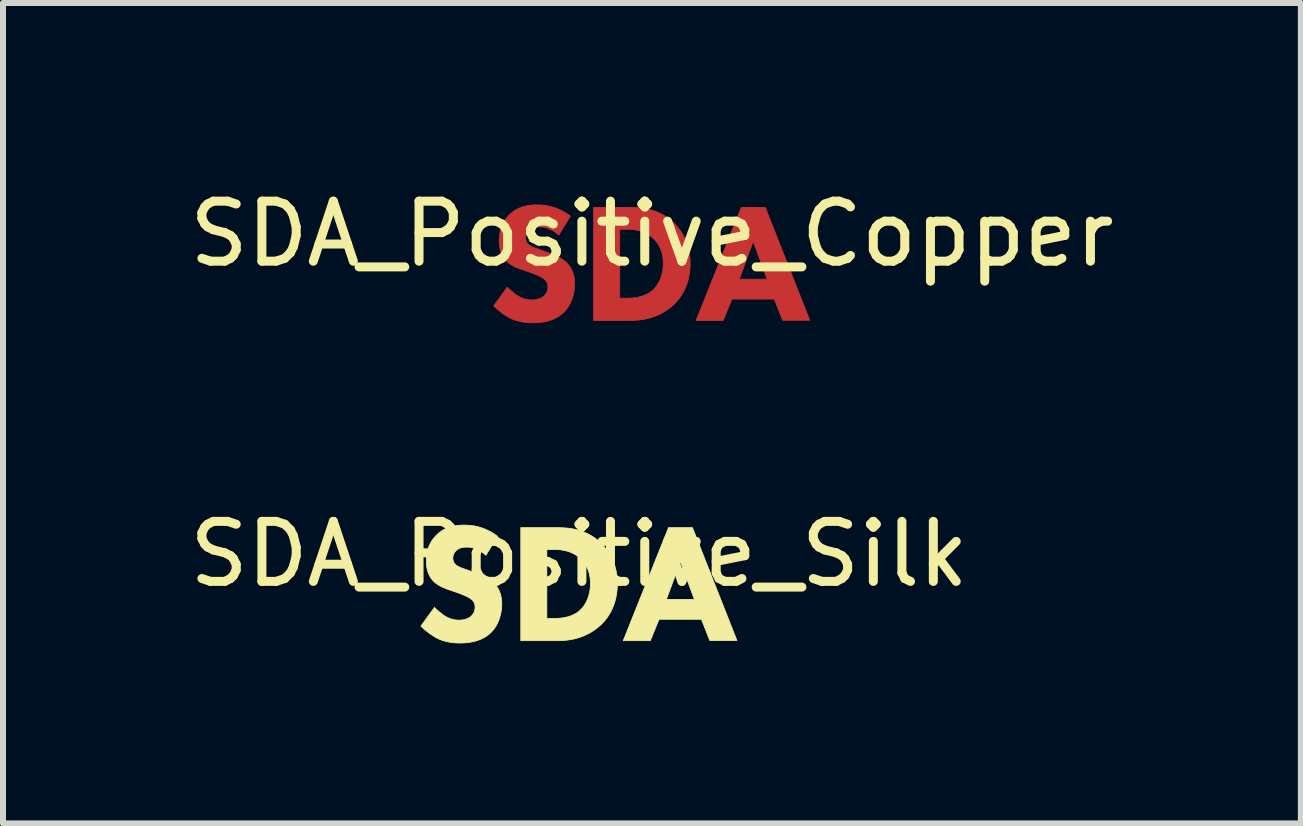
<source format=kicad_pcb>
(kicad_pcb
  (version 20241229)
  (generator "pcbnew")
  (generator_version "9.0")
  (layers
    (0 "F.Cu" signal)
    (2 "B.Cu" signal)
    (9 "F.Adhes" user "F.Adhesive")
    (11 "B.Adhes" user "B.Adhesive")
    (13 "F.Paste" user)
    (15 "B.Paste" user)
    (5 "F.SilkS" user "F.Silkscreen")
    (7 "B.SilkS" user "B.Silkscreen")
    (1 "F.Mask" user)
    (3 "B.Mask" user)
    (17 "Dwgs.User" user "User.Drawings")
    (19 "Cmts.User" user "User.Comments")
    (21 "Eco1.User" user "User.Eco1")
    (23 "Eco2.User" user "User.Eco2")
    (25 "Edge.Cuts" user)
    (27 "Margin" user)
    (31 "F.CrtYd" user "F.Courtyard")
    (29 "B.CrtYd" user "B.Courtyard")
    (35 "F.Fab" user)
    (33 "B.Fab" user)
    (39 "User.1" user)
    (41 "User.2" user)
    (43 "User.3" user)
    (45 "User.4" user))
  (footprint "SDA_Positive_Silk"
    (layer "F.Cu")
    (at 6.601 6.685)
    (property "Reference" "SDA_Positive_Silk" (at 0 -0.5 0) (unlocked yes) (layer "F.SilkS") (effects (font (size 1 1) (thickness 0.15))))
    (fp_poly (pts (xy 2.631 0.94) (xy 2.179 0.94) (xy 2.04 0.587) (xy 1.333 0.587) (xy 1.188 0.943) (xy 0.737 0.943) (xy 0.881 0.583) (xy 2.038 0.583) (xy 2.04 0.587) (xy 2.042 0.587) (xy 2.038 0.583) (xy 0.881 0.583) (xy 1.012 0.255) (xy 1.456 0.255) (xy 1.922 0.255) (xy 1.689 -0.376) (xy 1.456 0.255) (xy 1.012 0.255) (xy 1.491 -0.941) (xy 1.89 -0.941)) (stroke (width 0.013) (type solid)) (fill yes) (layer "F.SilkS"))
    (fp_poly (pts (xy -0.328 -0.94) (xy -0.281 -0.939) (xy -0.234 -0.936) (xy -0.187 -0.932) (xy -0.14 -0.926) (xy -0.092 -0.918) (xy -0.045 -0.907) (xy 0.002 -0.895) (xy 0.049 -0.88) (xy 0.096 -0.861) (xy 0.142 -0.84) (xy 0.188 -0.816) (xy 0.234 -0.788) (xy 0.279 -0.756) (xy 0.323 -0.72) (xy 0.366 -0.68) (xy 0.396 -0.649) (xy 0.425 -0.616) (xy 0.453 -0.582) (xy 0.479 -0.547) (xy 0.503 -0.51) (xy 0.525 -0.472) (xy 0.545 -0.433) (xy 0.564 -0.392) (xy 0.581 -0.349) (xy 0.596 -0.305) (xy 0.608 -0.259) (xy 0.619 -0.212) (xy 0.627 -0.163) (xy 0.633 -0.112) (xy 0.637 -0.06) (xy 0.638 -0.006) (xy 0.637 0.048) (xy 0.633 0.101) (xy 0.627 0.151) (xy 0.619 0.2) (xy 0.609 0.247) (xy 0.597 0.293) (xy 0.583 0.337) (xy 0.567 0.379) (xy 0.549 0.42) (xy 0.53 0.459) (xy 0.509 0.496) (xy 0.486 0.532) (xy 0.462 0.567) (xy 0.436 0.6) (xy 0.409 0.631) (xy 0.38 0.661) (xy 0.356 0.685) (xy 0.331 0.707) (xy 0.28 0.748) (xy 0.228 0.784) (xy 0.176 0.815) (xy 0.124 0.842) (xy 0.072 0.865) (xy 0.021 0.884) (xy -0.03 0.9) (xy -0.079 0.913) (xy -0.127 0.923) (xy -0.173 0.93) (xy -0.216 0.936) (xy -0.257 0.939) (xy -0.295 0.942) (xy -0.361 0.943) (xy -0.971 0.943) (xy -0.971 0.573) (xy -0.537 0.573) (xy -0.421 0.573) (xy -0.382 0.572) (xy -0.335 0.57) (xy -0.309 0.567) (xy -0.281 0.564) (xy -0.253 0.56) (xy -0.224 0.554) (xy -0.195 0.547) (xy -0.165 0.539) (xy -0.135 0.528) (xy -0.106 0.516) (xy -0.076 0.502) (xy -0.062 0.494) (xy -0.048 0.486) (xy -0.034 0.477) (xy -0.02 0.467) (xy -0.007 0.457) (xy 0.006 0.446) (xy 0.025 0.429) (xy 0.044 0.41) (xy 0.061 0.39) (xy 0.078 0.368) (xy 0.094 0.345) (xy 0.109 0.319) (xy 0.123 0.293) (xy 0.136 0.265) (xy 0.148 0.235) (xy 0.159 0.204) (xy 0.168 0.171) (xy 0.175 0.138) (xy 0.182 0.103) (xy 0.186 0.067) (xy 0.189 0.029) (xy 0.19 -0.009) (xy 0.189 -0.047) (xy 0.186 -0.083) (xy 0.182 -0.118) (xy 0.176 -0.15) (xy 0.169 -0.181) (xy 0.16 -0.21) (xy 0.151 -0.237) (xy 0.14 -0.262) (xy 0.128 -0.286) (xy 0.116 -0.309) (xy 0.103 -0.33) (xy 0.09 -0.35) (xy 0.076 -0.368) (xy 0.062 -0.385) (xy 0.048 -0.401) (xy 0.034 -0.415) (xy 0.021 -0.428) (xy 0.008 -0.44) (xy -0.02 -0.463) (xy -0.049 -0.482) (xy -0.078 -0.5) (xy -0.107 -0.515) (xy -0.137 -0.528) (xy -0.167 -0.54) (xy -0.197 -0.549) (xy -0.227 -0.557) (xy -0.256 -0.563) (xy -0.286 -0.568) (xy -0.314 -0.572) (xy -0.342 -0.574) (xy -0.369 -0.576) (xy -0.421 -0.577) (xy -0.537 -0.577) (xy -0.537 0.573) (xy -0.971 0.573) (xy -0.971 -0.941) (xy -0.375 -0.941)) (stroke (width 0.013) (type solid)) (fill yes) (layer "F.SilkS"))
    (fp_poly (pts (xy -1.864 -0.982) (xy -1.835 -0.98) (xy -1.805 -0.977) (xy -1.773 -0.973) (xy -1.74 -0.968) (xy -1.706 -0.961) (xy -1.671 -0.952) (xy -1.634 -0.941) (xy -1.597 -0.928) (xy -1.559 -0.913) (xy -1.52 -0.895) (xy -1.48 -0.875) (xy -1.44 -0.852) (xy -1.4 -0.825) (xy -1.359 -0.796) (xy -1.553 -0.479) (xy -1.553 -0.482) (xy -1.579 -0.504) (xy -1.605 -0.524) (xy -1.63 -0.542) (xy -1.654 -0.557) (xy -1.678 -0.569) (xy -1.701 -0.58) (xy -1.723 -0.589) (xy -1.744 -0.597) (xy -1.763 -0.603) (xy -1.782 -0.607) (xy -1.8 -0.611) (xy -1.817 -0.613) (xy -1.832 -0.615) (xy -1.846 -0.616) (xy -1.871 -0.616) (xy -1.894 -0.616) (xy -1.905 -0.615) (xy -1.918 -0.614) (xy -1.93 -0.613) (xy -1.942 -0.611) (xy -1.954 -0.609) (xy -1.966 -0.606) (xy -1.978 -0.602) (xy -1.99 -0.598) (xy -2.002 -0.592) (xy -2.013 -0.586) (xy -2.024 -0.579) (xy -2.034 -0.572) (xy -2.039 -0.567) (xy -2.044 -0.563) (xy -2.049 -0.558) (xy -2.054 -0.553) (xy -2.059 -0.547) (xy -2.064 -0.541) (xy -2.069 -0.535) (xy -2.074 -0.529) (xy -2.078 -0.522) (xy -2.082 -0.515) (xy -2.086 -0.508) (xy -2.089 -0.501) (xy -2.092 -0.493) (xy -2.095 -0.485) (xy -2.098 -0.477) (xy -2.1 -0.468) (xy -2.101 -0.46) (xy -2.102 -0.451) (xy -2.103 -0.442) (xy -2.103 -0.433) (xy -2.103 -0.424) (xy -2.103 -0.416) (xy -2.102 -0.408) (xy -2.101 -0.401) (xy -2.099 -0.393) (xy -2.097 -0.386) (xy -2.095 -0.38) (xy -2.093 -0.373) (xy -2.09 -0.367) (xy -2.087 -0.361) (xy -2.083 -0.355) (xy -2.08 -0.349) (xy -2.075 -0.343) (xy -2.071 -0.338) (xy -2.066 -0.332) (xy -2.061 -0.327) (xy -2.052 -0.319) (xy -2.043 -0.312) (xy -2.033 -0.305) (xy -2.023 -0.299) (xy -2.011 -0.293) (xy -2 -0.287) (xy -1.987 -0.281) (xy -1.973 -0.275) (xy -1.959 -0.269) (xy -1.943 -0.263) (xy -1.909 -0.251) (xy -1.825 -0.221) (xy -1.684 -0.168) (xy -1.652 -0.156) (xy -1.619 -0.142) (xy -1.586 -0.127) (xy -1.569 -0.119) (xy -1.552 -0.11) (xy -1.535 -0.101) (xy -1.519 -0.092) (xy -1.502 -0.082) (xy -1.486 -0.071) (xy -1.47 -0.06) (xy -1.455 -0.049) (xy -1.44 -0.036) (xy -1.426 -0.023) (xy -1.406 -0.003) (xy -1.389 0.017) (xy -1.373 0.039) (xy -1.358 0.06) (xy -1.346 0.082) (xy -1.334 0.105) (xy -1.325 0.127) (xy -1.316 0.15) (xy -1.309 0.173) (xy -1.303 0.195) (xy -1.298 0.218) (xy -1.295 0.24) (xy -1.292 0.262) (xy -1.29 0.284) (xy -1.289 0.305) (xy -1.288 0.326) (xy -1.289 0.362) (xy -1.291 0.397) (xy -1.295 0.432) (xy -1.3 0.466) (xy -1.307 0.499) (xy -1.315 0.531) (xy -1.324 0.563) (xy -1.334 0.593) (xy -1.346 0.622) (xy -1.358 0.65) (xy -1.372 0.677) (xy -1.387 0.703) (xy -1.402 0.727) (xy -1.419 0.75) (xy -1.436 0.772) (xy -1.454 0.791) (xy -1.47 0.808) (xy -1.486 0.823) (xy -1.503 0.837) (xy -1.52 0.85) (xy -1.537 0.863) (xy -1.554 0.875) (xy -1.59 0.896) (xy -1.626 0.914) (xy -1.663 0.929) (xy -1.7 0.942) (xy -1.736 0.953) (xy -1.773 0.961) (xy -1.808 0.968) (xy -1.842 0.973) (xy -1.875 0.977) (xy -1.906 0.98) (xy -1.935 0.981) (xy -1.987 0.982) (xy -2.012 0.982) (xy -2.037 0.981) (xy -2.061 0.98) (xy -2.085 0.978) (xy -2.109 0.975) (xy -2.133 0.972) (xy -2.156 0.969) (xy -2.179 0.964) (xy -2.202 0.959) (xy -2.225 0.954) (xy -2.248 0.947) (xy -2.271 0.94) (xy -2.293 0.932) (xy -2.316 0.924) (xy -2.338 0.915) (xy -2.361 0.904) (xy -2.379 0.895) (xy -2.397 0.884) (xy -2.416 0.873) (xy -2.434 0.861) (xy -2.453 0.849) (xy -2.471 0.837) (xy -2.508 0.81) (xy -2.543 0.782) (xy -2.577 0.755) (xy -2.608 0.727) (xy -2.636 0.7) (xy -2.41 0.389) (xy -2.391 0.408) (xy -2.369 0.428) (xy -2.347 0.448) (xy -2.323 0.468) (xy -2.3 0.487) (xy -2.277 0.505) (xy -2.266 0.513) (xy -2.255 0.521) (xy -2.244 0.528) (xy -2.234 0.534) (xy -2.22 0.542) (xy -2.206 0.55) (xy -2.192 0.557) (xy -2.178 0.564) (xy -2.164 0.57) (xy -2.15 0.575) (xy -2.135 0.58) (xy -2.121 0.585) (xy -2.106 0.589) (xy -2.092 0.592) (xy -2.076 0.595) (xy -2.061 0.597) (xy -2.046 0.599) (xy -2.03 0.6) (xy -2.014 0.601) (xy -1.998 0.601) (xy -1.987 0.601) (xy -1.975 0.6) (xy -1.964 0.6) (xy -1.952 0.598) (xy -1.939 0.597) (xy -1.927 0.595) (xy -1.914 0.592) (xy -1.901 0.589) (xy -1.888 0.585) (xy -1.875 0.581) (xy -1.863 0.576) (xy -1.85 0.57) (xy -1.837 0.563) (xy -1.824 0.555) (xy -1.812 0.547) (xy -1.8 0.537) (xy -1.793 0.531) (xy -1.787 0.525) (xy -1.781 0.518) (xy -1.775 0.51) (xy -1.769 0.502) (xy -1.763 0.494) (xy -1.758 0.485) (xy -1.753 0.476) (xy -1.749 0.467) (xy -1.745 0.456) (xy -1.741 0.446) (xy -1.74 0.44) (xy -1.738 0.435) (xy -1.737 0.429) (xy -1.736 0.423) (xy -1.735 0.417) (xy -1.734 0.411) (xy -1.734 0.405) (xy -1.733 0.399) (xy -1.733 0.392) (xy -1.733 0.386) (xy -1.733 0.374) (xy -1.734 0.363) (xy -1.735 0.353) (xy -1.737 0.343) (xy -1.74 0.333) (xy -1.743 0.324) (xy -1.746 0.315) (xy -1.75 0.307) (xy -1.754 0.299) (xy -1.759 0.291) (xy -1.764 0.284) (xy -1.77 0.277) (xy -1.776 0.27) (xy -1.783 0.264) (xy -1.789 0.258) (xy -1.796 0.252) (xy -1.806 0.244) (xy -1.818 0.236) (xy -1.83 0.228) (xy -1.844 0.22) (xy -1.858 0.213) (xy -1.873 0.205) (xy -1.904 0.191) (xy -1.936 0.178) (xy -1.966 0.165) (xy -2.015 0.146) (xy -2.17 0.093) (xy -2.204 0.081) (xy -2.238 0.067) (xy -2.273 0.053) (xy -2.29 0.045) (xy -2.308 0.036) (xy -2.324 0.027) (xy -2.341 0.017) (xy -2.357 0.007) (xy -2.373 -0.004) (xy -2.389 -0.015) (xy -2.404 -0.028) (xy -2.418 -0.041) (xy -2.431 -0.055) (xy -2.449 -0.075) (xy -2.465 -0.096) (xy -2.479 -0.117) (xy -2.491 -0.138) (xy -2.501 -0.16) (xy -2.511 -0.181) (xy -2.518 -0.203) (xy -2.525 -0.225) (xy -2.53 -0.246) (xy -2.535 -0.267) (xy -2.538 -0.288) (xy -2.541 -0.308) (xy -2.542 -0.328) (xy -2.544 -0.347) (xy -2.544 -0.383) (xy -2.544 -0.415) (xy -2.542 -0.445) (xy -2.539 -0.476) (xy -2.535 -0.505) (xy -2.529 -0.534) (xy -2.523 -0.562) (xy -2.515 -0.59) (xy -2.506 -0.617) (xy -2.495 -0.643) (xy -2.483 -0.669) (xy -2.47 -0.694) (xy -2.455 -0.718) (xy -2.439 -0.742) (xy -2.421 -0.765) (xy -2.402 -0.788) (xy -2.382 -0.81) (xy -2.357 -0.834) (xy -2.331 -0.856) (xy -2.304 -0.876) (xy -2.278 -0.894) (xy -2.25 -0.91) (xy -2.222 -0.924) (xy -2.194 -0.936) (xy -2.165 -0.947) (xy -2.136 -0.956) (xy -2.106 -0.964) (xy -2.076 -0.97) (xy -2.045 -0.975) (xy -2.013 -0.979) (xy -1.982 -0.981) (xy -1.949 -0.983) (xy -1.916 -0.983)) (stroke (width 0.013) (type solid)) (fill yes) (layer "F.SilkS")))
  (footprint "SDA_Positive_Copper"
    (layer "F.Cu")
    (at 7.815 1.348)
    (property "Reference" "SDA_Positive_Copper" (at 0 -0.5 0) (unlocked yes) (layer "F.SilkS") (effects (font (size 1 1) (thickness 0.15))))
    (fp_poly (pts (xy 2.631 0.94) (xy 2.179 0.94) (xy 2.04 0.587) (xy 1.333 0.587) (xy 1.188 0.943) (xy 0.737 0.943) (xy 0.881 0.583) (xy 2.038 0.583) (xy 2.04 0.587) (xy 2.042 0.587) (xy 2.038 0.583) (xy 0.881 0.583) (xy 1.012 0.255) (xy 1.456 0.255) (xy 1.922 0.255) (xy 1.689 -0.376) (xy 1.456 0.255) (xy 1.012 0.255) (xy 1.491 -0.941) (xy 1.89 -0.941)) (stroke (width 0.013) (type solid)) (fill yes) (layer "F.Cu"))
    (fp_poly (pts (xy -0.328 -0.94) (xy -0.281 -0.939) (xy -0.234 -0.936) (xy -0.187 -0.932) (xy -0.14 -0.926) (xy -0.092 -0.918) (xy -0.045 -0.907) (xy 0.002 -0.895) (xy 0.049 -0.88) (xy 0.096 -0.861) (xy 0.142 -0.84) (xy 0.188 -0.816) (xy 0.234 -0.788) (xy 0.279 -0.756) (xy 0.323 -0.72) (xy 0.366 -0.68) (xy 0.396 -0.649) (xy 0.425 -0.616) (xy 0.453 -0.582) (xy 0.479 -0.547) (xy 0.503 -0.51) (xy 0.525 -0.472) (xy 0.545 -0.433) (xy 0.564 -0.392) (xy 0.581 -0.349) (xy 0.596 -0.305) (xy 0.608 -0.259) (xy 0.619 -0.212) (xy 0.627 -0.163) (xy 0.633 -0.112) (xy 0.637 -0.06) (xy 0.638 -0.006) (xy 0.637 0.048) (xy 0.633 0.101) (xy 0.627 0.151) (xy 0.619 0.2) (xy 0.609 0.247) (xy 0.597 0.293) (xy 0.583 0.337) (xy 0.567 0.379) (xy 0.549 0.42) (xy 0.53 0.459) (xy 0.509 0.496) (xy 0.486 0.532) (xy 0.462 0.567) (xy 0.436 0.6) (xy 0.409 0.631) (xy 0.38 0.661) (xy 0.356 0.685) (xy 0.331 0.707) (xy 0.28 0.748) (xy 0.228 0.784) (xy 0.176 0.815) (xy 0.124 0.842) (xy 0.072 0.865) (xy 0.021 0.884) (xy -0.03 0.9) (xy -0.079 0.913) (xy -0.127 0.923) (xy -0.173 0.93) (xy -0.216 0.936) (xy -0.257 0.939) (xy -0.295 0.942) (xy -0.361 0.943) (xy -0.971 0.943) (xy -0.971 0.573) (xy -0.537 0.573) (xy -0.421 0.573) (xy -0.382 0.572) (xy -0.335 0.57) (xy -0.309 0.567) (xy -0.281 0.564) (xy -0.253 0.56) (xy -0.224 0.554) (xy -0.195 0.547) (xy -0.165 0.539) (xy -0.135 0.528) (xy -0.106 0.516) (xy -0.076 0.502) (xy -0.062 0.494) (xy -0.048 0.486) (xy -0.034 0.477) (xy -0.02 0.467) (xy -0.007 0.457) (xy 0.006 0.446) (xy 0.025 0.429) (xy 0.044 0.41) (xy 0.061 0.39) (xy 0.078 0.368) (xy 0.094 0.345) (xy 0.109 0.319) (xy 0.123 0.293) (xy 0.136 0.265) (xy 0.148 0.235) (xy 0.159 0.204) (xy 0.168 0.171) (xy 0.175 0.138) (xy 0.182 0.103) (xy 0.186 0.067) (xy 0.189 0.029) (xy 0.19 -0.009) (xy 0.189 -0.047) (xy 0.186 -0.083) (xy 0.182 -0.118) (xy 0.176 -0.15) (xy 0.169 -0.181) (xy 0.16 -0.21) (xy 0.151 -0.237) (xy 0.14 -0.262) (xy 0.128 -0.286) (xy 0.116 -0.309) (xy 0.103 -0.33) (xy 0.09 -0.35) (xy 0.076 -0.368) (xy 0.062 -0.385) (xy 0.048 -0.401) (xy 0.034 -0.415) (xy 0.021 -0.428) (xy 0.008 -0.44) (xy -0.02 -0.463) (xy -0.049 -0.482) (xy -0.078 -0.5) (xy -0.107 -0.515) (xy -0.137 -0.528) (xy -0.167 -0.54) (xy -0.197 -0.549) (xy -0.227 -0.557) (xy -0.256 -0.563) (xy -0.286 -0.568) (xy -0.314 -0.572) (xy -0.342 -0.574) (xy -0.369 -0.576) (xy -0.421 -0.577) (xy -0.537 -0.577) (xy -0.537 0.573) (xy -0.971 0.573) (xy -0.971 -0.941) (xy -0.375 -0.941)) (stroke (width 0.013) (type solid)) (fill yes) (layer "F.Cu"))
    (fp_poly (pts (xy -1.864 -0.982) (xy -1.835 -0.98) (xy -1.805 -0.977) (xy -1.773 -0.973) (xy -1.74 -0.968) (xy -1.706 -0.961) (xy -1.671 -0.952) (xy -1.634 -0.941) (xy -1.597 -0.928) (xy -1.559 -0.913) (xy -1.52 -0.895) (xy -1.48 -0.875) (xy -1.44 -0.852) (xy -1.4 -0.825) (xy -1.359 -0.796) (xy -1.553 -0.479) (xy -1.553 -0.482) (xy -1.579 -0.504) (xy -1.605 -0.524) (xy -1.63 -0.542) (xy -1.654 -0.557) (xy -1.678 -0.569) (xy -1.701 -0.58) (xy -1.723 -0.589) (xy -1.744 -0.597) (xy -1.763 -0.603) (xy -1.782 -0.607) (xy -1.8 -0.611) (xy -1.817 -0.613) (xy -1.832 -0.615) (xy -1.846 -0.616) (xy -1.871 -0.616) (xy -1.894 -0.616) (xy -1.905 -0.615) (xy -1.918 -0.614) (xy -1.93 -0.613) (xy -1.942 -0.611) (xy -1.954 -0.609) (xy -1.966 -0.606) (xy -1.978 -0.602) (xy -1.99 -0.598) (xy -2.002 -0.592) (xy -2.013 -0.586) (xy -2.024 -0.579) (xy -2.034 -0.572) (xy -2.039 -0.567) (xy -2.044 -0.563) (xy -2.049 -0.558) (xy -2.054 -0.553) (xy -2.059 -0.547) (xy -2.064 -0.541) (xy -2.069 -0.535) (xy -2.074 -0.529) (xy -2.078 -0.522) (xy -2.082 -0.515) (xy -2.086 -0.508) (xy -2.089 -0.501) (xy -2.092 -0.493) (xy -2.095 -0.485) (xy -2.098 -0.477) (xy -2.1 -0.468) (xy -2.101 -0.46) (xy -2.102 -0.451) (xy -2.103 -0.442) (xy -2.103 -0.433) (xy -2.103 -0.424) (xy -2.103 -0.416) (xy -2.102 -0.408) (xy -2.101 -0.401) (xy -2.099 -0.393) (xy -2.097 -0.386) (xy -2.095 -0.38) (xy -2.093 -0.373) (xy -2.09 -0.367) (xy -2.087 -0.361) (xy -2.083 -0.355) (xy -2.08 -0.349) (xy -2.075 -0.343) (xy -2.071 -0.338) (xy -2.066 -0.332) (xy -2.061 -0.327) (xy -2.052 -0.319) (xy -2.043 -0.312) (xy -2.033 -0.305) (xy -2.023 -0.299) (xy -2.011 -0.293) (xy -2 -0.287) (xy -1.987 -0.281) (xy -1.973 -0.275) (xy -1.959 -0.269) (xy -1.943 -0.263) (xy -1.909 -0.251) (xy -1.825 -0.221) (xy -1.684 -0.168) (xy -1.652 -0.156) (xy -1.619 -0.142) (xy -1.586 -0.127) (xy -1.569 -0.119) (xy -1.552 -0.11) (xy -1.535 -0.101) (xy -1.519 -0.092) (xy -1.502 -0.082) (xy -1.486 -0.071) (xy -1.47 -0.06) (xy -1.455 -0.049) (xy -1.44 -0.036) (xy -1.426 -0.023) (xy -1.406 -0.003) (xy -1.389 0.017) (xy -1.373 0.039) (xy -1.358 0.06) (xy -1.346 0.082) (xy -1.334 0.105) (xy -1.325 0.127) (xy -1.316 0.15) (xy -1.309 0.173) (xy -1.303 0.195) (xy -1.298 0.218) (xy -1.295 0.24) (xy -1.292 0.262) (xy -1.29 0.284) (xy -1.289 0.305) (xy -1.288 0.326) (xy -1.289 0.362) (xy -1.291 0.397) (xy -1.295 0.432) (xy -1.3 0.466) (xy -1.307 0.499) (xy -1.315 0.531) (xy -1.324 0.563) (xy -1.334 0.593) (xy -1.346 0.622) (xy -1.358 0.65) (xy -1.372 0.677) (xy -1.387 0.703) (xy -1.402 0.727) (xy -1.419 0.75) (xy -1.436 0.772) (xy -1.454 0.791) (xy -1.47 0.808) (xy -1.486 0.823) (xy -1.503 0.837) (xy -1.52 0.85) (xy -1.537 0.863) (xy -1.554 0.875) (xy -1.59 0.896) (xy -1.626 0.914) (xy -1.663 0.929) (xy -1.7 0.942) (xy -1.736 0.953) (xy -1.773 0.961) (xy -1.808 0.968) (xy -1.842 0.973) (xy -1.875 0.977) (xy -1.906 0.98) (xy -1.935 0.981) (xy -1.987 0.982) (xy -2.012 0.982) (xy -2.037 0.981) (xy -2.061 0.98) (xy -2.085 0.978) (xy -2.109 0.975) (xy -2.133 0.972) (xy -2.156 0.969) (xy -2.179 0.964) (xy -2.202 0.959) (xy -2.225 0.954) (xy -2.248 0.947) (xy -2.271 0.94) (xy -2.293 0.932) (xy -2.316 0.924) (xy -2.338 0.915) (xy -2.361 0.904) (xy -2.379 0.895) (xy -2.397 0.884) (xy -2.416 0.873) (xy -2.434 0.861) (xy -2.453 0.849) (xy -2.471 0.837) (xy -2.508 0.81) (xy -2.543 0.782) (xy -2.577 0.755) (xy -2.608 0.727) (xy -2.636 0.7) (xy -2.41 0.389) (xy -2.391 0.408) (xy -2.369 0.428) (xy -2.347 0.448) (xy -2.323 0.468) (xy -2.3 0.487) (xy -2.277 0.505) (xy -2.266 0.513) (xy -2.255 0.521) (xy -2.244 0.528) (xy -2.234 0.534) (xy -2.22 0.542) (xy -2.206 0.55) (xy -2.192 0.557) (xy -2.178 0.564) (xy -2.164 0.57) (xy -2.15 0.575) (xy -2.135 0.58) (xy -2.121 0.585) (xy -2.106 0.589) (xy -2.092 0.592) (xy -2.076 0.595) (xy -2.061 0.597) (xy -2.046 0.599) (xy -2.03 0.6) (xy -2.014 0.601) (xy -1.998 0.601) (xy -1.987 0.601) (xy -1.975 0.6) (xy -1.964 0.6) (xy -1.952 0.598) (xy -1.939 0.597) (xy -1.927 0.595) (xy -1.914 0.592) (xy -1.901 0.589) (xy -1.888 0.585) (xy -1.875 0.581) (xy -1.863 0.576) (xy -1.85 0.57) (xy -1.837 0.563) (xy -1.824 0.555) (xy -1.812 0.547) (xy -1.8 0.537) (xy -1.793 0.531) (xy -1.787 0.525) (xy -1.781 0.518) (xy -1.775 0.51) (xy -1.769 0.502) (xy -1.763 0.494) (xy -1.758 0.485) (xy -1.753 0.476) (xy -1.749 0.467) (xy -1.745 0.456) (xy -1.741 0.446) (xy -1.74 0.44) (xy -1.738 0.435) (xy -1.737 0.429) (xy -1.736 0.423) (xy -1.735 0.417) (xy -1.734 0.411) (xy -1.734 0.405) (xy -1.733 0.399) (xy -1.733 0.392) (xy -1.733 0.386) (xy -1.733 0.374) (xy -1.734 0.363) (xy -1.735 0.353) (xy -1.737 0.343) (xy -1.74 0.333) (xy -1.743 0.324) (xy -1.746 0.315) (xy -1.75 0.307) (xy -1.754 0.299) (xy -1.759 0.291) (xy -1.764 0.284) (xy -1.77 0.277) (xy -1.776 0.27) (xy -1.783 0.264) (xy -1.789 0.258) (xy -1.796 0.252) (xy -1.806 0.244) (xy -1.818 0.236) (xy -1.83 0.228) (xy -1.844 0.22) (xy -1.858 0.213) (xy -1.873 0.205) (xy -1.904 0.191) (xy -1.936 0.178) (xy -1.966 0.165) (xy -2.015 0.146) (xy -2.17 0.093) (xy -2.204 0.081) (xy -2.238 0.067) (xy -2.273 0.053) (xy -2.29 0.045) (xy -2.308 0.036) (xy -2.324 0.027) (xy -2.341 0.017) (xy -2.357 0.007) (xy -2.373 -0.004) (xy -2.389 -0.015) (xy -2.404 -0.028) (xy -2.418 -0.041) (xy -2.431 -0.055) (xy -2.449 -0.075) (xy -2.465 -0.096) (xy -2.479 -0.117) (xy -2.491 -0.138) (xy -2.501 -0.16) (xy -2.511 -0.181) (xy -2.518 -0.203) (xy -2.525 -0.225) (xy -2.53 -0.246) (xy -2.535 -0.267) (xy -2.538 -0.288) (xy -2.541 -0.308) (xy -2.542 -0.328) (xy -2.544 -0.347) (xy -2.544 -0.383) (xy -2.544 -0.415) (xy -2.542 -0.445) (xy -2.539 -0.476) (xy -2.535 -0.505) (xy -2.529 -0.534) (xy -2.523 -0.562) (xy -2.515 -0.59) (xy -2.506 -0.617) (xy -2.495 -0.643) (xy -2.483 -0.669) (xy -2.47 -0.694) (xy -2.455 -0.718) (xy -2.439 -0.742) (xy -2.421 -0.765) (xy -2.402 -0.788) (xy -2.382 -0.81) (xy -2.357 -0.834) (xy -2.331 -0.856) (xy -2.304 -0.876) (xy -2.278 -0.894) (xy -2.25 -0.91) (xy -2.222 -0.924) (xy -2.194 -0.936) (xy -2.165 -0.947) (xy -2.136 -0.956) (xy -2.106 -0.964) (xy -2.076 -0.97) (xy -2.045 -0.975) (xy -2.013 -0.979) (xy -1.982 -0.981) (xy -1.949 -0.983) (xy -1.916 -0.983)) (stroke (width 0.013) (type solid)) (fill yes) (layer "F.Cu")))
  (gr_rect
    (start -3 -3)
    (end 18.631 10.674)
    (stroke (width 0.1) (type default))
    (fill no)
    (layer "Edge.Cuts")))
</source>
